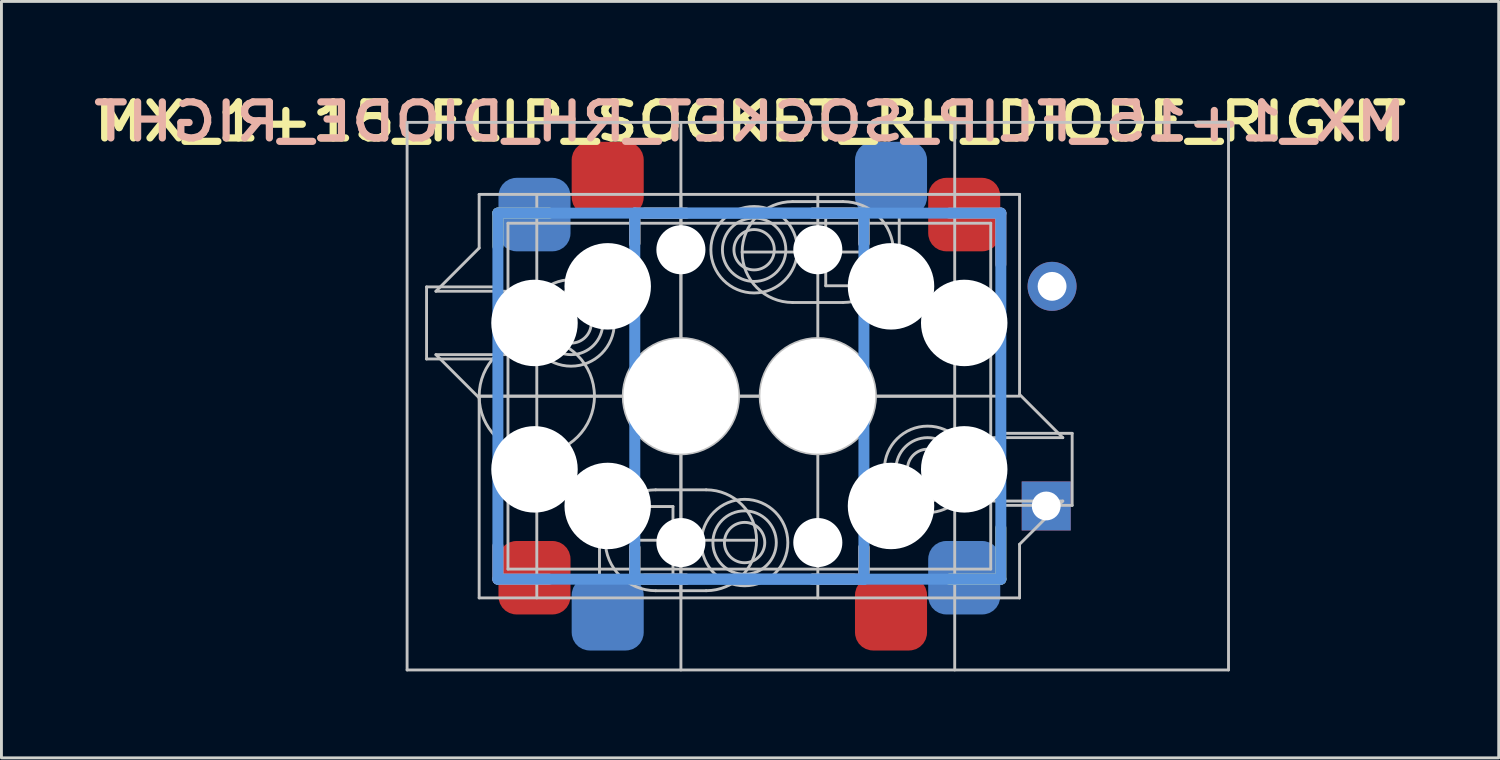
<source format=kicad_pcb>
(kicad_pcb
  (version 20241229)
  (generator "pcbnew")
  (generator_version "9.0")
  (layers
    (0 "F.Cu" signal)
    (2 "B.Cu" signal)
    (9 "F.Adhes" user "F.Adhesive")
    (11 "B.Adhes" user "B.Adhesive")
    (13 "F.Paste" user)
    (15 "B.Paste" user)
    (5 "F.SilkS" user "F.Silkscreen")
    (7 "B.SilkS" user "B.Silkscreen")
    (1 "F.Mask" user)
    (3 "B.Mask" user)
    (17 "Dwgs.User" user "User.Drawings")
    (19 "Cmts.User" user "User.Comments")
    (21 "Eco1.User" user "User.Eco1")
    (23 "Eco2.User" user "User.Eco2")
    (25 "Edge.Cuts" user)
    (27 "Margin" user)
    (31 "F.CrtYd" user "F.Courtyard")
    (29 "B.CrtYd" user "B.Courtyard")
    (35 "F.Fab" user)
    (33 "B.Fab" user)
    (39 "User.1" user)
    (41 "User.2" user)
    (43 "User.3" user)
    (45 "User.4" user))
  (footprint "MX_1+15_FLIP_SOCKET_RH_DIODE_RIGHT"
    (layer "F.Cu")
    (at 25.325 10.695)
    (property "Reference" "MX_1+15_FLIP_SOCKET_RH_DIODE_RIGHT" (at -2.35 -9.525 0) (layer "F.SilkS") (effects (font (size 1.25 1.5) (thickness 0.25))))
    (attr through_hole)
    (fp_line (start -11.1 -6.35) (end -9.322 -6.35) (stroke (width 0.381) (type solid)) (layer "F.SilkS"))
    (fp_line (start -11.1 -5.2) (end -11.1 -6.35) (stroke (width 0.381) (type solid)) (layer "F.SilkS"))
    (fp_line (start -6.35 -5.3) (end -6.35 -6.1) (stroke (width 0.381) (type solid)) (layer "F.SilkS"))
    (fp_line (start -6.35 6.35) (end -6.35 5.25) (stroke (width 0.381) (type solid)) (layer "F.SilkS"))
    (fp_line (start -6 -6.35) (end -4.572 -6.35) (stroke (width 0.381) (type solid)) (layer "F.SilkS"))
    (fp_line (start -4.572 6.35) (end -6.35 6.35) (stroke (width 0.381) (type solid)) (layer "F.SilkS"))
    (fp_line (start -0.178 -6.35) (end 1.6 -6.35) (stroke (width 0.381) (type solid)) (layer "F.SilkS"))
    (fp_line (start 1.25 6.35) (end -0.178 6.35) (stroke (width 0.381) (type solid)) (layer "F.SilkS"))
    (fp_line (start 1.6 -6.35) (end 1.6 -5.3) (stroke (width 0.381) (type solid)) (layer "F.SilkS"))
    (fp_line (start 1.6 5.25) (end 1.6 6.1) (stroke (width 0.381) (type solid)) (layer "F.SilkS"))
    (fp_line (start 6.35 4.572) (end 6.35 6.35) (stroke (width 0.381) (type solid)) (layer "F.SilkS"))
    (fp_line (start 6.35 6.35) (end 4.572 6.35) (stroke (width 0.381) (type solid)) (layer "F.SilkS"))
    (fp_line (start -11.1 6.35) (end -11.1 5.2) (stroke (width 0.381) (type solid)) (layer "B.SilkS"))
    (fp_line (start -9.322 6.35) (end -11.1 6.35) (stroke (width 0.381) (type solid)) (layer "B.SilkS"))
    (fp_line (start -6.35 -6.35) (end -4.572 -6.35) (stroke (width 0.381) (type solid)) (layer "B.SilkS"))
    (fp_line (start -6.35 -5.3) (end -6.35 -6.35) (stroke (width 0.381) (type solid)) (layer "B.SilkS"))
    (fp_line (start -6.35 6.1) (end -6.35 5.25) (stroke (width 0.381) (type solid)) (layer "B.SilkS"))
    (fp_line (start -4.572 6.35) (end -6 6.35) (stroke (width 0.381) (type solid)) (layer "B.SilkS"))
    (fp_line (start -0.178 -6.35) (end 1.25 -6.35) (stroke (width 0.381) (type solid)) (layer "B.SilkS"))
    (fp_line (start 1.6 -6.1) (end 1.6 -5.3) (stroke (width 0.381) (type solid)) (layer "B.SilkS"))
    (fp_line (start 1.6 5.25) (end 1.6 6.35) (stroke (width 0.381) (type solid)) (layer "B.SilkS"))
    (fp_line (start 1.6 6.35) (end -0.178 6.35) (stroke (width 0.381) (type solid)) (layer "B.SilkS"))
    (fp_line (start 4.572 -6.35) (end 6.35 -6.35) (stroke (width 0.381) (type solid)) (layer "B.SilkS"))
    (fp_line (start 6.35 -6.35) (end 6.35 -4.572) (stroke (width 0.381) (type solid)) (layer "B.SilkS"))
    (fp_line (start -14.25 -9.5) (end -14.25 9.5) (stroke (width 0.1) (type solid)) (layer "Dwgs.User"))
    (fp_line (start -14.25 9.5) (end 14.25 9.5) (stroke (width 0.1) (type solid)) (layer "Dwgs.User"))
    (fp_line (start -13.575 -3.79) (end -13.575 -1.29) (stroke (width 0.1) (type solid)) (layer "Dwgs.User"))
    (fp_line (start -13.575 -1.29) (end -11.025 -1.29) (stroke (width 0.1) (type solid)) (layer "Dwgs.User"))
    (fp_line (start -13.25 -3.64) (end -11.75 -5.14) (stroke (width 0.1) (type solid)) (layer "Dwgs.User"))
    (fp_line (start -13.25 -3.64) (end -10.75 -3.64) (stroke (width 0.1) (type solid)) (layer "Dwgs.User"))
    (fp_line (start -11.75 -5.14) (end -11.75 -7) (stroke (width 0.1) (type solid)) (layer "Dwgs.User"))
    (fp_line (start -11.75 0) (end 4.75 0) (stroke (width 0.1) (type solid)) (layer "Dwgs.User"))
    (fp_line (start -11.75 0) (end 7 0) (stroke (width 0.1) (type solid)) (layer "Dwgs.User"))
    (fp_line (start -11.75 0.06) (end -13.25 -1.44) (stroke (width 0.1) (type solid)) (layer "Dwgs.User"))
    (fp_line (start -11.75 7) (end -11.75 0.06) (stroke (width 0.1) (type solid)) (layer "Dwgs.User"))
    (fp_line (start -11.75 7) (end 7 7) (stroke (width 0.1) (type solid)) (layer "Dwgs.User"))
    (fp_line (start -11.025 -3.79) (end -13.575 -3.79) (stroke (width 0.1) (type solid)) (layer "Dwgs.User"))
    (fp_line (start -11.025 -1.29) (end -11.025 -3.79) (stroke (width 0.1) (type solid)) (layer "Dwgs.User"))
    (fp_line (start -10.75 -6) (end 6 -6) (stroke (width 0.1) (type solid)) (layer "Dwgs.User"))
    (fp_line (start -10.75 -3.64) (end -10.75 -6) (stroke (width 0.1) (type solid)) (layer "Dwgs.User"))
    (fp_line (start -10.75 -1.44) (end -13.25 -1.44) (stroke (width 0.1) (type solid)) (layer "Dwgs.User"))
    (fp_line (start -10.75 6) (end -10.75 -1.44) (stroke (width 0.1) (type solid)) (layer "Dwgs.User"))
    (fp_line (start -10.75 6) (end 6 6) (stroke (width 0.1) (type solid)) (layer "Dwgs.User"))
    (fp_line (start -9.75 7) (end -9.75 -7) (stroke (width 0.1) (type solid)) (layer "Dwgs.User"))
    (fp_line (start -7.575 3.83) (end -7.575 6.33) (stroke (width 0.1) (type solid)) (layer "Dwgs.User"))
    (fp_line (start -7.575 6.33) (end -5.025 6.33) (stroke (width 0.1) (type solid)) (layer "Dwgs.User"))
    (fp_line (start -5.025 3.83) (end -7.575 3.83) (stroke (width 0.1) (type solid)) (layer "Dwgs.User"))
    (fp_line (start -5.025 6.33) (end -5.025 3.83) (stroke (width 0.1) (type solid)) (layer "Dwgs.User"))
    (fp_line (start -4.75 -7) (end -4.75 7) (stroke (width 0.1) (type solid)) (layer "Dwgs.User"))
    (fp_line (start -4.75 9.5) (end -4.75 -9.5) (stroke (width 0.1) (type solid)) (layer "Dwgs.User"))
    (fp_line (start -3.875 3.25) (end -5.625 3.25) (stroke (width 0.1) (type solid)) (layer "Dwgs.User"))
    (fp_line (start -3.875 6.75) (end -5.625 6.75) (stroke (width 0.1) (type solid)) (layer "Dwgs.User"))
    (fp_line (start -2.625 -5) (end 2.625 -5) (stroke (width 0.1) (type solid)) (layer "Dwgs.User"))
    (fp_line (start -2.125 5) (end -7.375 5) (stroke (width 0.1) (type solid)) (layer "Dwgs.User"))
    (fp_line (start -0.875 -6.75) (end 0.875 -6.75) (stroke (width 0.1) (type solid)) (layer "Dwgs.User"))
    (fp_line (start -0.875 -3.25) (end 0.875 -3.25) (stroke (width 0.1) (type solid)) (layer "Dwgs.User"))
    (fp_line (start 0 -7) (end 0 7) (stroke (width 0.1) (type solid)) (layer "Dwgs.User"))
    (fp_line (start 0.275 -6.33) (end 0.275 -3.83) (stroke (width 0.1) (type solid)) (layer "Dwgs.User"))
    (fp_line (start 0.275 -3.83) (end 2.825 -3.83) (stroke (width 0.1) (type solid)) (layer "Dwgs.User"))
    (fp_line (start 2.825 -6.33) (end 0.275 -6.33) (stroke (width 0.1) (type solid)) (layer "Dwgs.User"))
    (fp_line (start 2.825 -3.83) (end 2.825 -6.33) (stroke (width 0.1) (type solid)) (layer "Dwgs.User"))
    (fp_line (start 4.75 9.5) (end 4.75 -9.5) (stroke (width 0.1) (type solid)) (layer "Dwgs.User"))
    (fp_line (start 6 -6) (end 6 1.44) (stroke (width 0.1) (type solid)) (layer "Dwgs.User"))
    (fp_line (start 6 1.44) (end 8.5 1.44) (stroke (width 0.1) (type solid)) (layer "Dwgs.User"))
    (fp_line (start 6 3.64) (end 6 6) (stroke (width 0.1) (type solid)) (layer "Dwgs.User"))
    (fp_line (start 6.275 1.29) (end 6.275 3.79) (stroke (width 0.1) (type solid)) (layer "Dwgs.User"))
    (fp_line (start 6.275 3.79) (end 8.825 3.79) (stroke (width 0.1) (type solid)) (layer "Dwgs.User"))
    (fp_line (start 7 -7) (end -11.75 -7) (stroke (width 0.1) (type solid)) (layer "Dwgs.User"))
    (fp_line (start 7 -7) (end 7 -0.06) (stroke (width 0.1) (type solid)) (layer "Dwgs.User"))
    (fp_line (start 7 -0.06) (end 8.5 1.44) (stroke (width 0.1) (type solid)) (layer "Dwgs.User"))
    (fp_line (start 7 5.14) (end 7 7) (stroke (width 0.1) (type solid)) (layer "Dwgs.User"))
    (fp_line (start 8.5 3.64) (end 6 3.64) (stroke (width 0.1) (type solid)) (layer "Dwgs.User"))
    (fp_line (start 8.5 3.64) (end 7 5.14) (stroke (width 0.1) (type solid)) (layer "Dwgs.User"))
    (fp_line (start 8.825 1.29) (end 6.275 1.29) (stroke (width 0.1) (type solid)) (layer "Dwgs.User"))
    (fp_line (start 8.825 3.79) (end 8.825 1.29) (stroke (width 0.1) (type solid)) (layer "Dwgs.User"))
    (fp_line (start 14.25 -9.5) (end -14.25 -9.5) (stroke (width 0.1) (type solid)) (layer "Dwgs.User"))
    (fp_line (start 14.25 9.5) (end 14.25 -9.5) (stroke (width 0.1) (type solid)) (layer "Dwgs.User"))
    (fp_arc (start -5.625 6.75) (mid -7.375 5) (end -5.625 3.25) (stroke (width 0.1) (type solid)) (layer "Dwgs.User"))
    (fp_arc (start -3.875 3.25) (mid -2.125 5) (end -3.875 6.75) (stroke (width 0.1) (type solid)) (layer "Dwgs.User"))
    (fp_arc (start -0.875 -3.25) (mid -2.625 -5) (end -0.875 -6.75) (stroke (width 0.1) (type solid)) (layer "Dwgs.User"))
    (fp_arc (start 0.875 -6.75) (mid 2.625 -5) (end 0.875 -3.25) (stroke (width 0.1) (type solid)) (layer "Dwgs.User"))
    (fp_circle (center -9.75 0) (end -9.75 -2) (stroke (width 0.1) (type solid)) (fill no) (layer "Dwgs.User"))
    (fp_circle (center -8.56 -2.54) (end -8.56 -4.04) (stroke (width 0.1) (type solid)) (fill no) (layer "Dwgs.User"))
    (fp_circle (center -8.56 -2.54) (end -8.56 -3.64) (stroke (width 0.1) (type solid)) (fill no) (layer "Dwgs.User"))
    (fp_circle (center -8.56 -2.54) (end -8.56 -3.24) (stroke (width 0.1) (type solid)) (fill no) (layer "Dwgs.User"))
    (fp_circle (center -4.75 0) (end -4.75 -2) (stroke (width 0.1) (type solid)) (fill no) (layer "Dwgs.User"))
    (fp_circle (center -2.54 5.08) (end -2.54 3.58) (stroke (width 0.1) (type solid)) (fill no) (layer "Dwgs.User"))
    (fp_circle (center -2.54 5.08) (end -2.54 3.98) (stroke (width 0.1) (type solid)) (fill no) (layer "Dwgs.User"))
    (fp_circle (center -2.54 5.08) (end -2.54 4.38) (stroke (width 0.1) (type solid)) (fill no) (layer "Dwgs.User"))
    (fp_circle (center -2.21 -5.08) (end -2.21 -6.58) (stroke (width 0.1) (type solid)) (fill no) (layer "Dwgs.User"))
    (fp_circle (center -2.21 -5.08) (end -2.21 -6.18) (stroke (width 0.1) (type solid)) (fill no) (layer "Dwgs.User"))
    (fp_circle (center -2.21 -5.08) (end -2.21 -5.78) (stroke (width 0.1) (type solid)) (fill no) (layer "Dwgs.User"))
    (fp_circle (center 0 0) (end 0 -2) (stroke (width 0.1) (type solid)) (fill no) (layer "Dwgs.User"))
    (fp_circle (center 3.81 2.54) (end 3.81 1.04) (stroke (width 0.1) (type solid)) (fill no) (layer "Dwgs.User"))
    (fp_circle (center 3.81 2.54) (end 3.81 1.44) (stroke (width 0.1) (type solid)) (fill no) (layer "Dwgs.User"))
    (fp_circle (center 3.81 2.54) (end 3.81 1.84) (stroke (width 0.1) (type solid)) (fill no) (layer "Dwgs.User"))
    (fp_line (start -11.1 -6.35) (end 1.6 -6.35) (stroke (width 0.381) (type solid)) (layer "Cmts.User"))
    (fp_line (start -11.1 6.35) (end -11.1 -6.35) (stroke (width 0.381) (type solid)) (layer "Cmts.User"))
    (fp_line (start -6.35 -6.35) (end 6.35 -6.35) (stroke (width 0.381) (type solid)) (layer "Cmts.User"))
    (fp_line (start -6.35 6.35) (end -6.35 -6.35) (stroke (width 0.381) (type solid)) (layer "Cmts.User"))
    (fp_line (start 1.6 -6.35) (end 1.6 6.35) (stroke (width 0.381) (type solid)) (layer "Cmts.User"))
    (fp_line (start 1.6 6.35) (end -11.1 6.35) (stroke (width 0.381) (type solid)) (layer "Cmts.User"))
    (fp_line (start 6.35 -6.35) (end 6.35 6.35) (stroke (width 0.381) (type solid)) (layer "Cmts.User"))
    (fp_line (start 6.35 6.35) (end -6.35 6.35) (stroke (width 0.381) (type solid)) (layer "Cmts.User"))
    (fp_line (start -14.25 -9.5) (end 4.75 -9.5) (stroke (width 0.025) (type solid)) (layer "Eco2.User"))
    (fp_line (start -14.25 9.5) (end -14.25 -9.5) (stroke (width 0.025) (type solid)) (layer "Eco2.User"))
    (fp_line (start -11.75 7) (end -11.75 -7) (stroke (width 0.025) (type solid)) (layer "Eco2.User"))
    (fp_line (start 2.25 -7) (end -11.75 -7) (stroke (width 0.025) (type solid)) (layer "Eco2.User"))
    (fp_line (start 2.25 -7) (end 2.25 7) (stroke (width 0.025) (type solid)) (layer "Eco2.User"))
    (fp_line (start 2.25 7) (end -11.75 7) (stroke (width 0.025) (type solid)) (layer "Eco2.User"))
    (fp_line (start 4.75 -9.5) (end 4.75 9.5) (stroke (width 0.025) (type solid)) (layer "Eco2.User"))
    (fp_line (start 4.75 9.5) (end -14.25 9.5) (stroke (width 0.025) (type solid)) (layer "Eco2.User"))
    (fp_text user "${REFERENCE}" (at -2.35 -9.525 180) (layer "B.SilkS") (effects (font (size 1.25 1.5) (thickness 0.25)) (justify mirror)))
    (pad "" np_thru_hole circle (at -9.83 -2.54 90) (size 3 3) (drill 3) (layers "*.Cu" "*.Mask"))
    (pad "" np_thru_hole circle (at -9.83 2.54 90) (size 3 3) (drill 3) (layers "*.Cu" "*.Mask"))
    (pad "" np_thru_hole circle (at -7.29 -3.81 90) (size 3 3) (drill 3) (layers "*.Cu" "*.Mask"))
    (pad "" np_thru_hole circle (at -7.29 3.81 90) (size 3 3) (drill 3) (layers "*.Cu" "*.Mask"))
    (pad "" np_thru_hole circle (at -4.75 -5.08 90) (size 1.702 1.702) (drill 1.702) (layers "*.Cu" "*.Mask"))
    (pad "" np_thru_hole circle (at -4.75 0 90) (size 3.988 3.988) (drill 3.988) (layers "*.Cu" "*.Mask"))
    (pad "" np_thru_hole circle (at -4.75 5.08 90) (size 1.702 1.702) (drill 1.702) (layers "*.Cu" "*.Mask"))
    (pad "" np_thru_hole circle (at 0 -5.08 270) (size 1.702 1.702) (drill 1.702) (layers "*.Cu" "*.Mask"))
    (pad "" np_thru_hole circle (at 0 0 270) (size 3.988 3.988) (drill 3.988) (layers "*.Cu" "*.Mask"))
    (pad "" np_thru_hole circle (at 0 5.08 270) (size 1.702 1.702) (drill 1.702) (layers "*.Cu" "*.Mask"))
    (pad "" np_thru_hole circle (at 2.54 -3.81 270) (size 3 3) (drill 3) (layers "*.Cu" "*.Mask"))
    (pad "" np_thru_hole circle (at 2.54 3.81 270) (size 3 3) (drill 3) (layers "*.Cu" "*.Mask"))
    (pad "" np_thru_hole circle (at 5.08 -2.54 270) (size 3 3) (drill 3) (layers "*.Cu" "*.Mask"))
    (pad "" np_thru_hole circle (at 5.08 2.54 270) (size 3 3) (drill 3) (layers "*.Cu" "*.Mask"))
    (pad "1" smd roundrect (at -9.83 6.3 90) (size 2.55 2.5) (layers "F.Cu" "F.Mask" "F.Paste") (roundrect_rratio 0.25))
    (pad "1" smd roundrect (at -7.29 7.55 90) (size 2.55 2.5) (layers "B.Cu" "B.Mask" "B.Paste") (roundrect_rratio 0.25))
    (pad "1" smd roundrect (at 2.54 7.55 270) (size 2.55 2.5) (layers "F.Cu" "F.Mask" "F.Paste") (roundrect_rratio 0.25))
    (pad "1" smd roundrect (at 5.08 6.3 270) (size 2.55 2.5) (layers "B.Cu" "B.Mask" "B.Paste") (roundrect_rratio 0.25))
    (pad "2" smd roundrect (at -9.83 -6.3 90) (size 2.55 2.5) (layers "B.Cu" "B.Mask" "B.Paste") (roundrect_rratio 0.25))
    (pad "2" smd roundrect (at -7.29 -7.55 90) (size 2.55 2.5) (layers "F.Cu" "F.Mask" "F.Paste") (roundrect_rratio 0.25))
    (pad "2" smd roundrect (at 2.54 -7.55 270) (size 2.55 2.5) (layers "B.Cu" "B.Mask" "B.Paste") (roundrect_rratio 0.25))
    (pad "2" smd roundrect (at 5.08 -6.3 270) (size 2.55 2.5) (layers "F.Cu" "F.Mask" "F.Paste") (roundrect_rratio 0.25))
    (pad "3" thru_hole circle (at 8.128 -3.81 270) (size 1.7 1.7) (drill 1) (layers "*.Cu" "*.Mask"))
    (pad "4" thru_hole rect (at 7.925 3.81 270) (size 1.7 1.7) (drill 1) (layers "*.Cu" "*.Mask")))
  (gr_rect
    (start -3 -3)
    (end 48.95 23.245)
    (stroke (width 0.1) (type default))
    (fill no)
    (layer "Edge.Cuts")))
</source>
